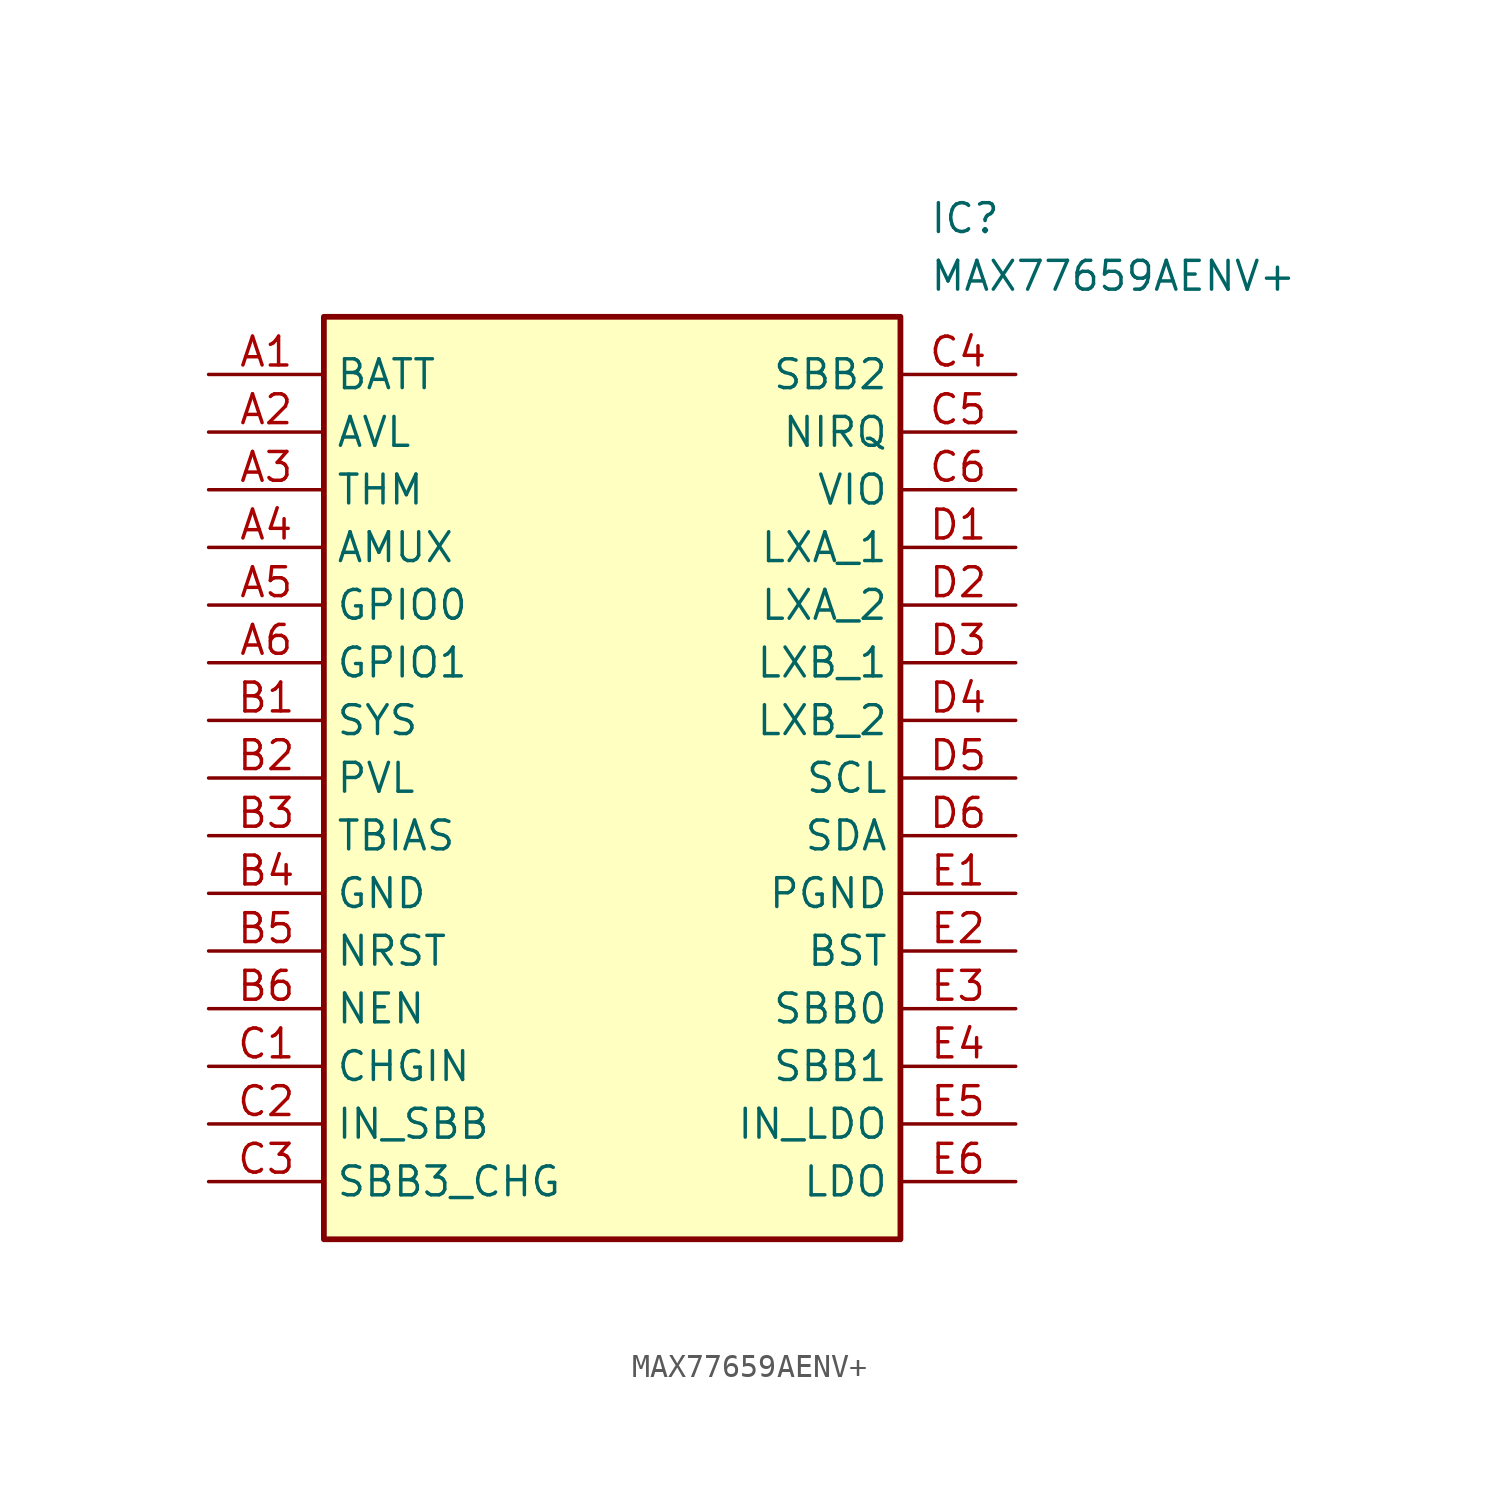
<source format=kicad_sym>
(kicad_symbol_lib
  (version 20211014)
  (generator SamacSys_ECAD_Model)
  (symbol "MAX77659AENV+"
    (property "Reference" "IC"
      (at 31.75 7.62 0)
      (effects (font (size 1.27 1.27)) (justify left top)))
    (property "Value" "MAX77659AENV+"
      (at 31.75 5.08 0)
      (effects (font (size 1.27 1.27)) (justify left top)))
    (rectangle
      (start 5.08 2.54)
      (end 30.48 -38.1)
      (stroke (width 0.254) (type default))
      (fill (type background)))
    (pin passive line
      (at 0 0 0)
      (length 5.08)
      (name "BATT" (effects (font (size 1.27 1.27))))
      (number "A1" (effects (font (size 1.27 1.27)))))
    (pin passive line
      (at 0 -2.54 0)
      (length 5.08)
      (name "AVL" (effects (font (size 1.27 1.27))))
      (number "A2" (effects (font (size 1.27 1.27)))))
    (pin passive line
      (at 0 -5.08 0)
      (length 5.08)
      (name "THM" (effects (font (size 1.27 1.27))))
      (number "A3" (effects (font (size 1.27 1.27)))))
    (pin passive line
      (at 0 -7.62 0)
      (length 5.08)
      (name "AMUX" (effects (font (size 1.27 1.27))))
      (number "A4" (effects (font (size 1.27 1.27)))))
    (pin passive line
      (at 0 -10.16 0)
      (length 5.08)
      (name "GPIO0" (effects (font (size 1.27 1.27))))
      (number "A5" (effects (font (size 1.27 1.27)))))
    (pin passive line
      (at 0 -12.7 0)
      (length 5.08)
      (name "GPIO1" (effects (font (size 1.27 1.27))))
      (number "A6" (effects (font (size 1.27 1.27)))))
    (pin passive line
      (at 0 -15.24 0)
      (length 5.08)
      (name "SYS" (effects (font (size 1.27 1.27))))
      (number "B1" (effects (font (size 1.27 1.27)))))
    (pin passive line
      (at 0 -17.78 0)
      (length 5.08)
      (name "PVL" (effects (font (size 1.27 1.27))))
      (number "B2" (effects (font (size 1.27 1.27)))))
    (pin passive line
      (at 0 -20.32 0)
      (length 5.08)
      (name "TBIAS" (effects (font (size 1.27 1.27))))
      (number "B3" (effects (font (size 1.27 1.27)))))
    (pin passive line
      (at 0 -22.86 0)
      (length 5.08)
      (name "GND" (effects (font (size 1.27 1.27))))
      (number "B4" (effects (font (size 1.27 1.27)))))
    (pin passive line
      (at 0 -25.4 0)
      (length 5.08)
      (name "NRST" (effects (font (size 1.27 1.27))))
      (number "B5" (effects (font (size 1.27 1.27)))))
    (pin passive line
      (at 0 -27.94 0)
      (length 5.08)
      (name "NEN" (effects (font (size 1.27 1.27))))
      (number "B6" (effects (font (size 1.27 1.27)))))
    (pin passive line
      (at 0 -30.48 0)
      (length 5.08)
      (name "CHGIN" (effects (font (size 1.27 1.27))))
      (number "C1" (effects (font (size 1.27 1.27)))))
    (pin passive line
      (at 0 -33.02 0)
      (length 5.08)
      (name "IN_SBB" (effects (font (size 1.27 1.27))))
      (number "C2" (effects (font (size 1.27 1.27)))))
    (pin passive line
      (at 0 -35.56 0)
      (length 5.08)
      (name "SBB3_CHG" (effects (font (size 1.27 1.27))))
      (number "C3" (effects (font (size 1.27 1.27)))))
    (pin passive line
      (at 35.56 0 180)
      (length 5.08)
      (name "SBB2" (effects (font (size 1.27 1.27))))
      (number "C4" (effects (font (size 1.27 1.27)))))
    (pin passive line
      (at 35.56 -2.54 180)
      (length 5.08)
      (name "NIRQ" (effects (font (size 1.27 1.27))))
      (number "C5" (effects (font (size 1.27 1.27)))))
    (pin passive line
      (at 35.56 -5.08 180)
      (length 5.08)
      (name "VIO" (effects (font (size 1.27 1.27))))
      (number "C6" (effects (font (size 1.27 1.27)))))
    (pin passive line
      (at 35.56 -7.62 180)
      (length 5.08)
      (name "LXA_1" (effects (font (size 1.27 1.27))))
      (number "D1" (effects (font (size 1.27 1.27)))))
    (pin passive line
      (at 35.56 -10.16 180)
      (length 5.08)
      (name "LXA_2" (effects (font (size 1.27 1.27))))
      (number "D2" (effects (font (size 1.27 1.27)))))
    (pin passive line
      (at 35.56 -12.7 180)
      (length 5.08)
      (name "LXB_1" (effects (font (size 1.27 1.27))))
      (number "D3" (effects (font (size 1.27 1.27)))))
    (pin passive line
      (at 35.56 -15.24 180)
      (length 5.08)
      (name "LXB_2" (effects (font (size 1.27 1.27))))
      (number "D4" (effects (font (size 1.27 1.27)))))
    (pin passive line
      (at 35.56 -17.78 180)
      (length 5.08)
      (name "SCL" (effects (font (size 1.27 1.27))))
      (number "D5" (effects (font (size 1.27 1.27)))))
    (pin passive line
      (at 35.56 -20.32 180)
      (length 5.08)
      (name "SDA" (effects (font (size 1.27 1.27))))
      (number "D6" (effects (font (size 1.27 1.27)))))
    (pin passive line
      (at 35.56 -22.86 180)
      (length 5.08)
      (name "PGND" (effects (font (size 1.27 1.27))))
      (number "E1" (effects (font (size 1.27 1.27)))))
    (pin passive line
      (at 35.56 -25.4 180)
      (length 5.08)
      (name "BST" (effects (font (size 1.27 1.27))))
      (number "E2" (effects (font (size 1.27 1.27)))))
    (pin passive line
      (at 35.56 -27.94 180)
      (length 5.08)
      (name "SBB0" (effects (font (size 1.27 1.27))))
      (number "E3" (effects (font (size 1.27 1.27)))))
    (pin passive line
      (at 35.56 -30.48 180)
      (length 5.08)
      (name "SBB1" (effects (font (size 1.27 1.27))))
      (number "E4" (effects (font (size 1.27 1.27)))))
    (pin passive line
      (at 35.56 -33.02 180)
      (length 5.08)
      (name "IN_LDO" (effects (font (size 1.27 1.27))))
      (number "E5" (effects (font (size 1.27 1.27)))))
    (pin passive line
      (at 35.56 -35.56 180)
      (length 5.08)
      (name "LDO" (effects (font (size 1.27 1.27))))
      (number "E6" (effects (font (size 1.27 1.27)))))))
</source>
